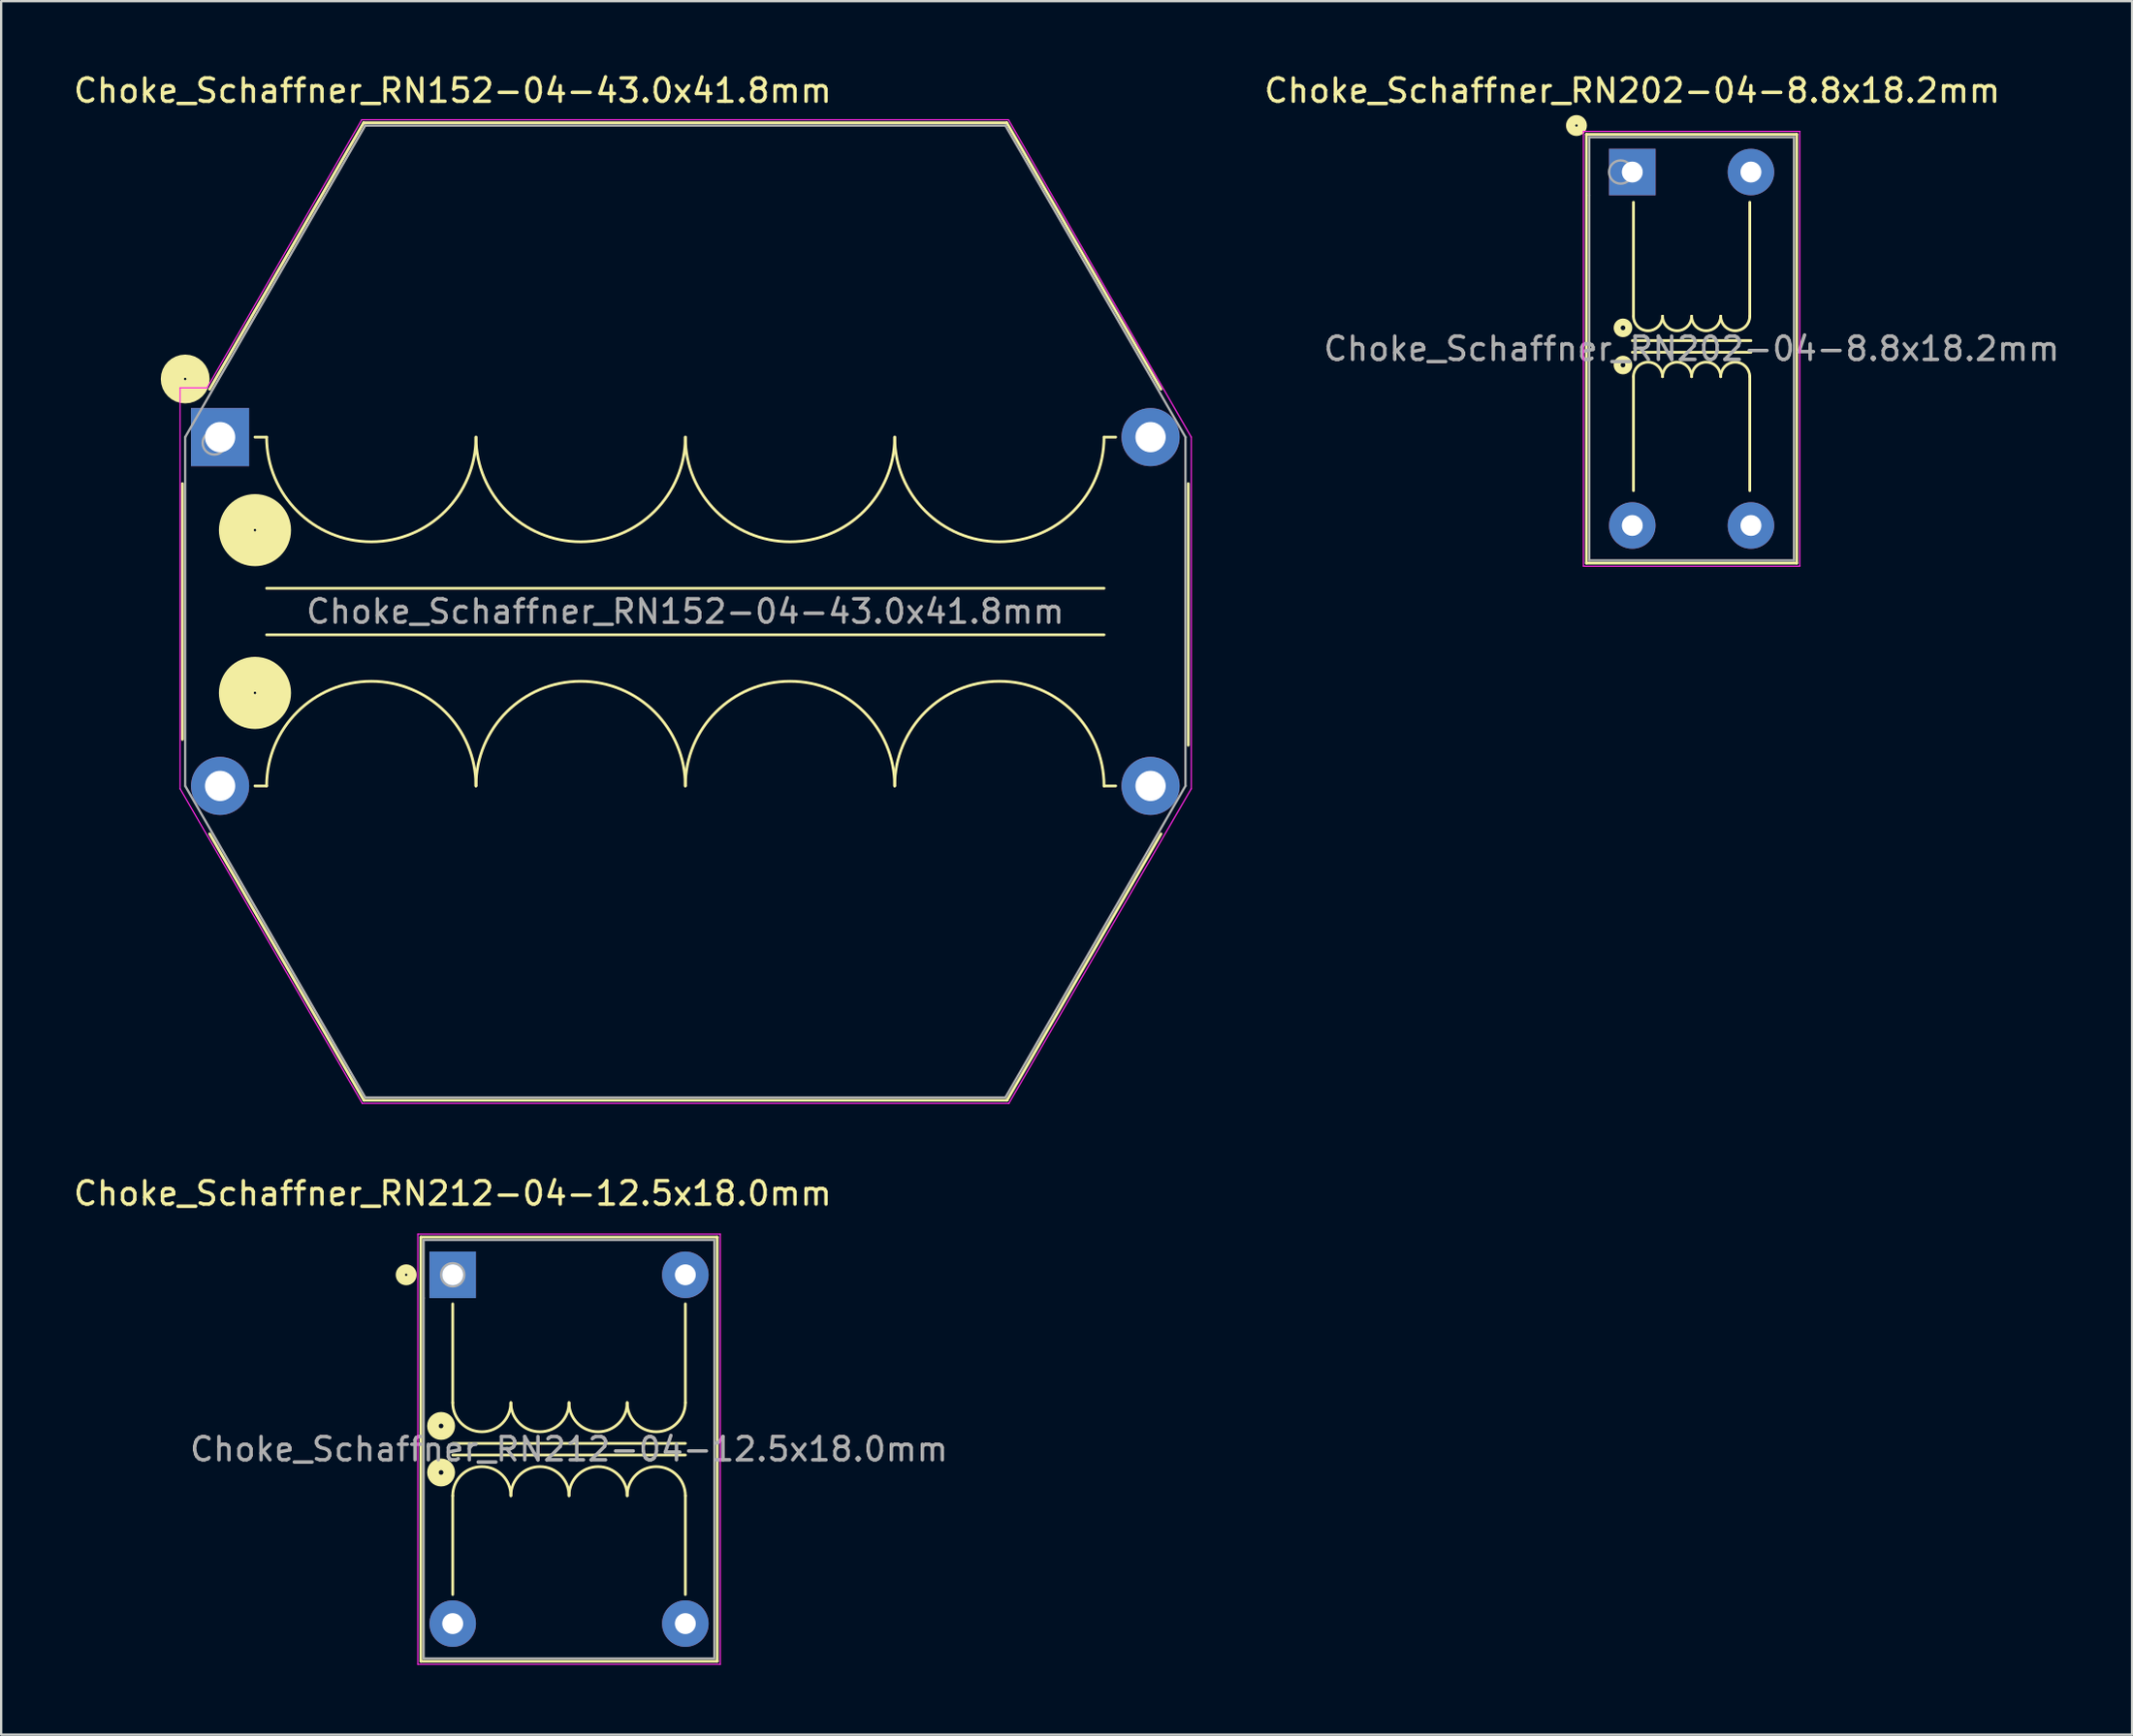
<source format=kicad_pcb>
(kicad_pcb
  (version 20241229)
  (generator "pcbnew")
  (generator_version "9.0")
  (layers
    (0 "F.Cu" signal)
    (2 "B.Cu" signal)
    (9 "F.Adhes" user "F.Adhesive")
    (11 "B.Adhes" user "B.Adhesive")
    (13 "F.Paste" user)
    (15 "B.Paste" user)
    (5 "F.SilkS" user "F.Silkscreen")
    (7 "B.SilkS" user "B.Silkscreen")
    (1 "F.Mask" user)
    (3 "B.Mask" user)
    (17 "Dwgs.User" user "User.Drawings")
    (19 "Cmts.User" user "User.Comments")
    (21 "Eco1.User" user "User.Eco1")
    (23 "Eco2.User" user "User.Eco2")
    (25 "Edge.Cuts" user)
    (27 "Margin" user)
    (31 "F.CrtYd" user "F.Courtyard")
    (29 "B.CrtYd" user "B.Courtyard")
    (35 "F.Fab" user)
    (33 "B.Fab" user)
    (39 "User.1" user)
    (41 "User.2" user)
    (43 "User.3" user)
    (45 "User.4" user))
  (footprint "Choke_Schaffner_RN202-04-8.8x18.2mm"
    (layer "F.Cu")
    (at 67.12 4.348)
    (property "Reference" "Choke_Schaffner_RN202-04-8.8x18.2mm" (at 0 -3.5 0) (layer "F.SilkS") (effects (font (size 1 1) (thickness 0.15))))
    (attr through_hole)
    (fp_line (start -1.97 -1.62) (end 7.07 -1.62) (stroke (width 0.12) (type solid)) (layer "F.SilkS"))
    (fp_line (start -1.97 16.82) (end -1.97 -1.62) (stroke (width 0.12) (type solid)) (layer "F.SilkS"))
    (fp_line (start 0 7.75) (end 5.1 7.75) (stroke (width 0.12) (type solid)) (layer "F.SilkS"))
    (fp_line (start 0.05 1.3) (end 0.05 6.2) (stroke (width 0.12) (type solid)) (layer "F.SilkS"))
    (fp_line (start 0.05 8.8) (end 0.05 13.7) (stroke (width 0.12) (type solid)) (layer "F.SilkS"))
    (fp_line (start 5.05 6.2) (end 5.05 1.3) (stroke (width 0.12) (type solid)) (layer "F.SilkS"))
    (fp_line (start 5.05 13.7) (end 5.05 8.8) (stroke (width 0.12) (type solid)) (layer "F.SilkS"))
    (fp_line (start 5.1 7.25) (end 0 7.25) (stroke (width 0.12) (type solid)) (layer "F.SilkS"))
    (fp_line (start 7.07 -1.62) (end 7.07 16.82) (stroke (width 0.12) (type solid)) (layer "F.SilkS"))
    (fp_line (start 7.07 16.82) (end -1.97 16.82) (stroke (width 0.12) (type solid)) (layer "F.SilkS"))
    (fp_arc (start 0.05 8.8) (mid 0.675 8.175) (end 1.3 8.8) (stroke (width 0.12) (type solid)) (layer "F.SilkS"))
    (fp_arc (start 1.3 6.2) (mid 0.675 6.825) (end 0.05 6.2) (stroke (width 0.12) (type solid)) (layer "F.SilkS"))
    (fp_arc (start 1.3 8.8) (mid 1.925 8.175) (end 2.55 8.8) (stroke (width 0.12) (type solid)) (layer "F.SilkS"))
    (fp_arc (start 2.55 6.2) (mid 1.925 6.825) (end 1.3 6.2) (stroke (width 0.12) (type solid)) (layer "F.SilkS"))
    (fp_arc (start 2.55 8.8) (mid 3.175 8.175) (end 3.8 8.8) (stroke (width 0.12) (type solid)) (layer "F.SilkS"))
    (fp_arc (start 3.8 6.2) (mid 3.175 6.825) (end 2.55 6.2) (stroke (width 0.12) (type solid)) (layer "F.SilkS"))
    (fp_arc (start 3.8 8.8) (mid 4.425 8.175) (end 5.05 8.8) (stroke (width 0.12) (type solid)) (layer "F.SilkS"))
    (fp_arc (start 5.05 6.2) (mid 4.425 6.825) (end 3.8 6.2) (stroke (width 0.12) (type solid)) (layer "F.SilkS"))
    (fp_circle (center -2.4 -2) (end -2.35 -2) (stroke (width 0.4) (type solid)) (fill no) (layer "F.SilkS"))
    (fp_circle (center -0.4 6.7) (end -0.3 6.7) (stroke (width 0.3) (type solid)) (fill no) (layer "F.SilkS"))
    (fp_circle (center -0.4 8.3) (end -0.5 8.3) (stroke (width 0.3) (type solid)) (fill no) (layer "F.SilkS"))
    (fp_line (start -2.1 -1.75) (end -2.1 16.95) (stroke (width 0.05) (type solid)) (layer "F.CrtYd"))
    (fp_line (start -2.1 16.95) (end 7.2 16.95) (stroke (width 0.05) (type solid)) (layer "F.CrtYd"))
    (fp_line (start 7.2 -1.75) (end -2.1 -1.75) (stroke (width 0.05) (type solid)) (layer "F.CrtYd"))
    (fp_line (start 7.2 16.95) (end 7.2 -1.75) (stroke (width 0.05) (type solid)) (layer "F.CrtYd"))
    (fp_line (start -1.85 -1.5) (end 6.95 -1.5) (stroke (width 0.1) (type solid)) (layer "F.Fab"))
    (fp_line (start -1.85 1) (end -1.85 -1.5) (stroke (width 0.1) (type solid)) (layer "F.Fab"))
    (fp_line (start -1.85 16.7) (end -1.85 1) (stroke (width 0.1) (type solid)) (layer "F.Fab"))
    (fp_line (start 6.95 -1.5) (end 6.95 16.7) (stroke (width 0.1) (type solid)) (layer "F.Fab"))
    (fp_line (start 6.95 16.7) (end -1.85 16.7) (stroke (width 0.1) (type solid)) (layer "F.Fab"))
    (fp_circle (center -0.5 0) (end 0.000001 0) (stroke (width 0.1) (type solid)) (fill no) (layer "F.Fab"))
    (fp_text user "${REFERENCE}" (at 2.55 7.6 0) (layer "F.Fab") (effects (font (size 1 1) (thickness 0.15))))
    (pad "1" thru_hole rect (at 0 0) (size 2 2) (drill 0.9) (layers "*.Cu" "*.Mask"))
    (pad "2" thru_hole circle (at 5.1 0) (size 2 2) (drill 0.9) (layers "*.Cu" "*.Mask"))
    (pad "3" thru_hole circle (at 0 15.2) (size 2 2) (drill 0.9) (layers "*.Cu" "*.Mask"))
    (pad "4" thru_hole circle (at 5.1 15.2) (size 2 2) (drill 0.9) (layers "*.Cu" "*.Mask")))
  (footprint "Choke_Schaffner_RN212-04-12.5x18.0mm"
    (layer "F.Cu")
    (at 16.411 51.772)
    (property "Reference" "Choke_Schaffner_RN212-04-12.5x18.0mm" (at 0 -3.5 0) (layer "F.SilkS") (effects (font (size 1 1) (thickness 0.15))))
    (attr through_hole)
    (fp_line (start -1.37 -1.62) (end 11.37 -1.62) (stroke (width 0.12) (type solid)) (layer "F.SilkS"))
    (fp_line (start -1.37 16.62) (end -1.37 -1.62) (stroke (width 0.12) (type solid)) (layer "F.SilkS"))
    (fp_line (start 0 5.5) (end 0 1.25) (stroke (width 0.12) (type solid)) (layer "F.SilkS"))
    (fp_line (start 0 7.75) (end 10 7.75) (stroke (width 0.12) (type solid)) (layer "F.SilkS"))
    (fp_line (start 0 9.5) (end 0 13.75) (stroke (width 0.12) (type solid)) (layer "F.SilkS"))
    (fp_line (start 10 5.5) (end 10 1.25) (stroke (width 0.12) (type solid)) (layer "F.SilkS"))
    (fp_line (start 10 7.25) (end 0 7.25) (stroke (width 0.12) (type solid)) (layer "F.SilkS"))
    (fp_line (start 10 9.5) (end 10 13.75) (stroke (width 0.12) (type solid)) (layer "F.SilkS"))
    (fp_line (start 11.37 -1.62) (end 11.37 16.62) (stroke (width 0.12) (type solid)) (layer "F.SilkS"))
    (fp_line (start 11.37 16.62) (end -1.37 16.62) (stroke (width 0.12) (type solid)) (layer "F.SilkS"))
    (fp_arc (start 0 9.5) (mid 1.25 8.25) (end 2.5 9.5) (stroke (width 0.12) (type solid)) (layer "F.SilkS"))
    (fp_arc (start 2.5 5.5) (mid 1.25 6.75) (end 0 5.5) (stroke (width 0.12) (type solid)) (layer "F.SilkS"))
    (fp_arc (start 2.5 9.5) (mid 3.75 8.25) (end 5 9.5) (stroke (width 0.12) (type solid)) (layer "F.SilkS"))
    (fp_arc (start 5 5.5) (mid 3.75 6.75) (end 2.5 5.5) (stroke (width 0.12) (type solid)) (layer "F.SilkS"))
    (fp_arc (start 5 9.5) (mid 6.25 8.25) (end 7.5 9.5) (stroke (width 0.12) (type solid)) (layer "F.SilkS"))
    (fp_arc (start 7.5 5.5) (mid 6.25 6.75) (end 5 5.5) (stroke (width 0.12) (type solid)) (layer "F.SilkS"))
    (fp_arc (start 7.5 9.5) (mid 8.75 8.25) (end 10 9.5) (stroke (width 0.12) (type solid)) (layer "F.SilkS"))
    (fp_arc (start 10 5.5) (mid 8.75 6.75) (end 7.5 5.5) (stroke (width 0.12) (type solid)) (layer "F.SilkS"))
    (fp_circle (center -2 0) (end -1.95 0) (stroke (width 0.4) (type solid)) (fill no) (layer "F.SilkS"))
    (fp_circle (center -0.5 6.5) (end -0.4 6.5) (stroke (width 0.5) (type solid)) (fill no) (layer "F.SilkS"))
    (fp_circle (center -0.5 8.5) (end -0.4 8.5) (stroke (width 0.5) (type solid)) (fill no) (layer "F.SilkS"))
    (fp_line (start -1.5 -1.75) (end -1.5 16.75) (stroke (width 0.05) (type solid)) (layer "F.CrtYd"))
    (fp_line (start -1.5 16.75) (end 11.5 16.75) (stroke (width 0.05) (type solid)) (layer "F.CrtYd"))
    (fp_line (start 11.5 -1.75) (end -1.5 -1.75) (stroke (width 0.05) (type solid)) (layer "F.CrtYd"))
    (fp_line (start 11.5 16.75) (end 11.5 -1.75) (stroke (width 0.05) (type solid)) (layer "F.CrtYd"))
    (fp_line (start -1.25 -1.5) (end 11.25 -1.5) (stroke (width 0.1) (type solid)) (layer "F.Fab"))
    (fp_line (start -1.25 1) (end -1.25 -1.5) (stroke (width 0.1) (type solid)) (layer "F.Fab"))
    (fp_line (start -1.25 16.5) (end -1.25 1) (stroke (width 0.1) (type solid)) (layer "F.Fab"))
    (fp_line (start 11.25 -1.5) (end 11.25 16.5) (stroke (width 0.1) (type solid)) (layer "F.Fab"))
    (fp_line (start 11.25 16.5) (end -1.25 16.5) (stroke (width 0.1) (type solid)) (layer "F.Fab"))
    (fp_circle (center 0 0) (end 0.5 0) (stroke (width 0.1) (type solid)) (fill no) (layer "F.Fab"))
    (fp_text user "${REFERENCE}" (at 5 7.5 0) (layer "F.Fab") (effects (font (size 1 1) (thickness 0.15))))
    (pad "1" thru_hole rect (at 0 0) (size 2 2) (drill 0.9) (layers "*.Cu" "*.Mask"))
    (pad "2" thru_hole circle (at 10 0) (size 2 2) (drill 0.9) (layers "*.Cu" "*.Mask"))
    (pad "3" thru_hole circle (at 0 15) (size 2 2) (drill 0.9) (layers "*.Cu" "*.Mask"))
    (pad "4" thru_hole circle (at 10 15) (size 2 2) (drill 0.9) (layers "*.Cu" "*.Mask")))
  (footprint "Choke_Schaffner_RN152-04-43.0x41.8mm"
    (layer "F.Cu")
    (at 6.411 15.748)
    (property "Reference" "Choke_Schaffner_RN152-04-43.0x41.8mm" (at 10 -14.9 0) (layer "F.SilkS") (effects (font (size 1 1) (thickness 0.15))))
    (attr through_hole)
    (fp_line (start -1.62 13) (end -1.62 2) (stroke (width 0.12) (type solid)) (layer "F.SilkS"))
    (fp_line (start -0.45 -2.06) (end 6.17 -13.52) (stroke (width 0.12) (type solid)) (layer "F.SilkS"))
    (fp_line (start 2 0) (end 1.5 0) (stroke (width 0.12) (type solid)) (layer "F.SilkS"))
    (fp_line (start 2 8.5) (end 38 8.5) (stroke (width 0.12) (type solid)) (layer "F.SilkS"))
    (fp_line (start 2 15) (end 1.5 15) (stroke (width 0.12) (type solid)) (layer "F.SilkS"))
    (fp_line (start 6.17 -13.52) (end 33.82 -13.52) (stroke (width 0.12) (type solid)) (layer "F.SilkS"))
    (fp_line (start 6.18 28.52) (end -0.45 17.06) (stroke (width 0.12) (type solid)) (layer "F.SilkS"))
    (fp_line (start 33.82 -13.52) (end 40.45 -2.06) (stroke (width 0.12) (type solid)) (layer "F.SilkS"))
    (fp_line (start 33.83 28.52) (end 6.18 28.52) (stroke (width 0.12) (type solid)) (layer "F.SilkS"))
    (fp_line (start 38 0) (end 38.5 0) (stroke (width 0.12) (type solid)) (layer "F.SilkS"))
    (fp_line (start 38 6.5) (end 2 6.5) (stroke (width 0.12) (type solid)) (layer "F.SilkS"))
    (fp_line (start 38 15) (end 38.5 15) (stroke (width 0.12) (type solid)) (layer "F.SilkS"))
    (fp_line (start 40.45 17.06) (end 33.83 28.52) (stroke (width 0.12) (type solid)) (layer "F.SilkS"))
    (fp_line (start 41.62 2) (end 41.62 13.25) (stroke (width 0.12) (type solid)) (layer "F.SilkS"))
    (fp_arc (start 2 15) (mid 6.5 10.5) (end 11 15) (stroke (width 0.12) (type solid)) (layer "F.SilkS"))
    (fp_arc (start 11 0) (mid 6.5 4.5) (end 2 0) (stroke (width 0.12) (type solid)) (layer "F.SilkS"))
    (fp_arc (start 11 15) (mid 15.5 10.5) (end 20 15) (stroke (width 0.12) (type solid)) (layer "F.SilkS"))
    (fp_arc (start 20 0) (mid 15.5 4.5) (end 11 0) (stroke (width 0.12) (type solid)) (layer "F.SilkS"))
    (fp_arc (start 20 15) (mid 24.5 10.5) (end 29 15) (stroke (width 0.12) (type solid)) (layer "F.SilkS"))
    (fp_arc (start 29 0) (mid 24.5 4.5) (end 20 0) (stroke (width 0.12) (type solid)) (layer "F.SilkS"))
    (fp_arc (start 29 15) (mid 33.5 10.5) (end 38 15) (stroke (width 0.12) (type solid)) (layer "F.SilkS"))
    (fp_arc (start 38 0) (mid 33.5 4.5) (end 29 0) (stroke (width 0.12) (type solid)) (layer "F.SilkS"))
    (fp_circle (center -1.5 -2.5) (end -1.45 -2.5) (stroke (width 1) (type solid)) (fill no) (layer "F.SilkS"))
    (fp_circle (center 1.5 4) (end 1.55 4) (stroke (width 1.5) (type solid)) (fill no) (layer "F.SilkS"))
    (fp_circle (center 1.5 11) (end 1.55 11) (stroke (width 1.5) (type solid)) (fill no) (layer "F.SilkS"))
    (fp_line (start -1.72 -2.12) (end -0.56 -2.12) (stroke (width 0.05) (type solid)) (layer "F.CrtYd"))
    (fp_line (start -1.72 15.12) (end -1.72 -2.12) (stroke (width 0.05) (type solid)) (layer "F.CrtYd"))
    (fp_line (start -0.56 -2.12) (end 6.09 -13.65) (stroke (width 0.05) (type solid)) (layer "F.CrtYd"))
    (fp_line (start 6.09 -13.65) (end 33.89 -13.65) (stroke (width 0.05) (type solid)) (layer "F.CrtYd"))
    (fp_line (start 6.11 28.65) (end -1.72 15.12) (stroke (width 0.05) (type solid)) (layer "F.CrtYd"))
    (fp_line (start 33.89 -13.65) (end 41.75 0) (stroke (width 0.05) (type solid)) (layer "F.CrtYd"))
    (fp_line (start 33.91 28.65) (end 6.11 28.65) (stroke (width 0.05) (type solid)) (layer "F.CrtYd"))
    (fp_line (start 41.75 0) (end 41.75 15.12) (stroke (width 0.05) (type solid)) (layer "F.CrtYd"))
    (fp_line (start 41.75 15.12) (end 33.91 28.65) (stroke (width 0.05) (type solid)) (layer "F.CrtYd"))
    (fp_line (start -1.5 0) (end 6.24 -13.4) (stroke (width 0.1) (type solid)) (layer "F.Fab"))
    (fp_line (start -1.5 15) (end -1.5 0) (stroke (width 0.1) (type solid)) (layer "F.Fab"))
    (fp_line (start 6.24 -13.4) (end 33.76 -13.4) (stroke (width 0.1) (type solid)) (layer "F.Fab"))
    (fp_line (start 6.24 28.4) (end -1.5 15) (stroke (width 0.1) (type solid)) (layer "F.Fab"))
    (fp_line (start 33.76 -13.4) (end 41.5 0) (stroke (width 0.1) (type solid)) (layer "F.Fab"))
    (fp_line (start 33.76 28.4) (end 6.24 28.4) (stroke (width 0.1) (type solid)) (layer "F.Fab"))
    (fp_line (start 41.5 0) (end 41.5 15) (stroke (width 0.1) (type solid)) (layer "F.Fab"))
    (fp_line (start 41.5 15) (end 33.76 28.4) (stroke (width 0.1) (type solid)) (layer "F.Fab"))
    (fp_circle (center -0.25 0.25) (end 0.25 0.25) (stroke (width 0.1) (type solid)) (fill no) (layer "F.Fab"))
    (fp_text user "${REFERENCE}" (at 20 7.5 0) (layer "F.Fab") (effects (font (size 1 1) (thickness 0.15))))
    (pad "1" thru_hole rect (at 0 0) (size 2.5 2.5) (drill 1.3) (layers "*.Cu" "*.Mask"))
    (pad "2" thru_hole circle (at 40 0) (size 2.5 2.5) (drill 1.3) (layers "*.Cu" "*.Mask"))
    (pad "3" thru_hole circle (at 0 15) (size 2.5 2.5) (drill 1.3) (layers "*.Cu" "*.Mask"))
    (pad "4" thru_hole circle (at 40 15) (size 2.5 2.5) (drill 1.3) (layers "*.Cu" "*.Mask")))
  (gr_rect
    (start -3 -3)
    (end 88.605 71.546)
    (stroke (width 0.1) (type default))
    (fill no)
    (layer "Edge.Cuts")))
</source>
